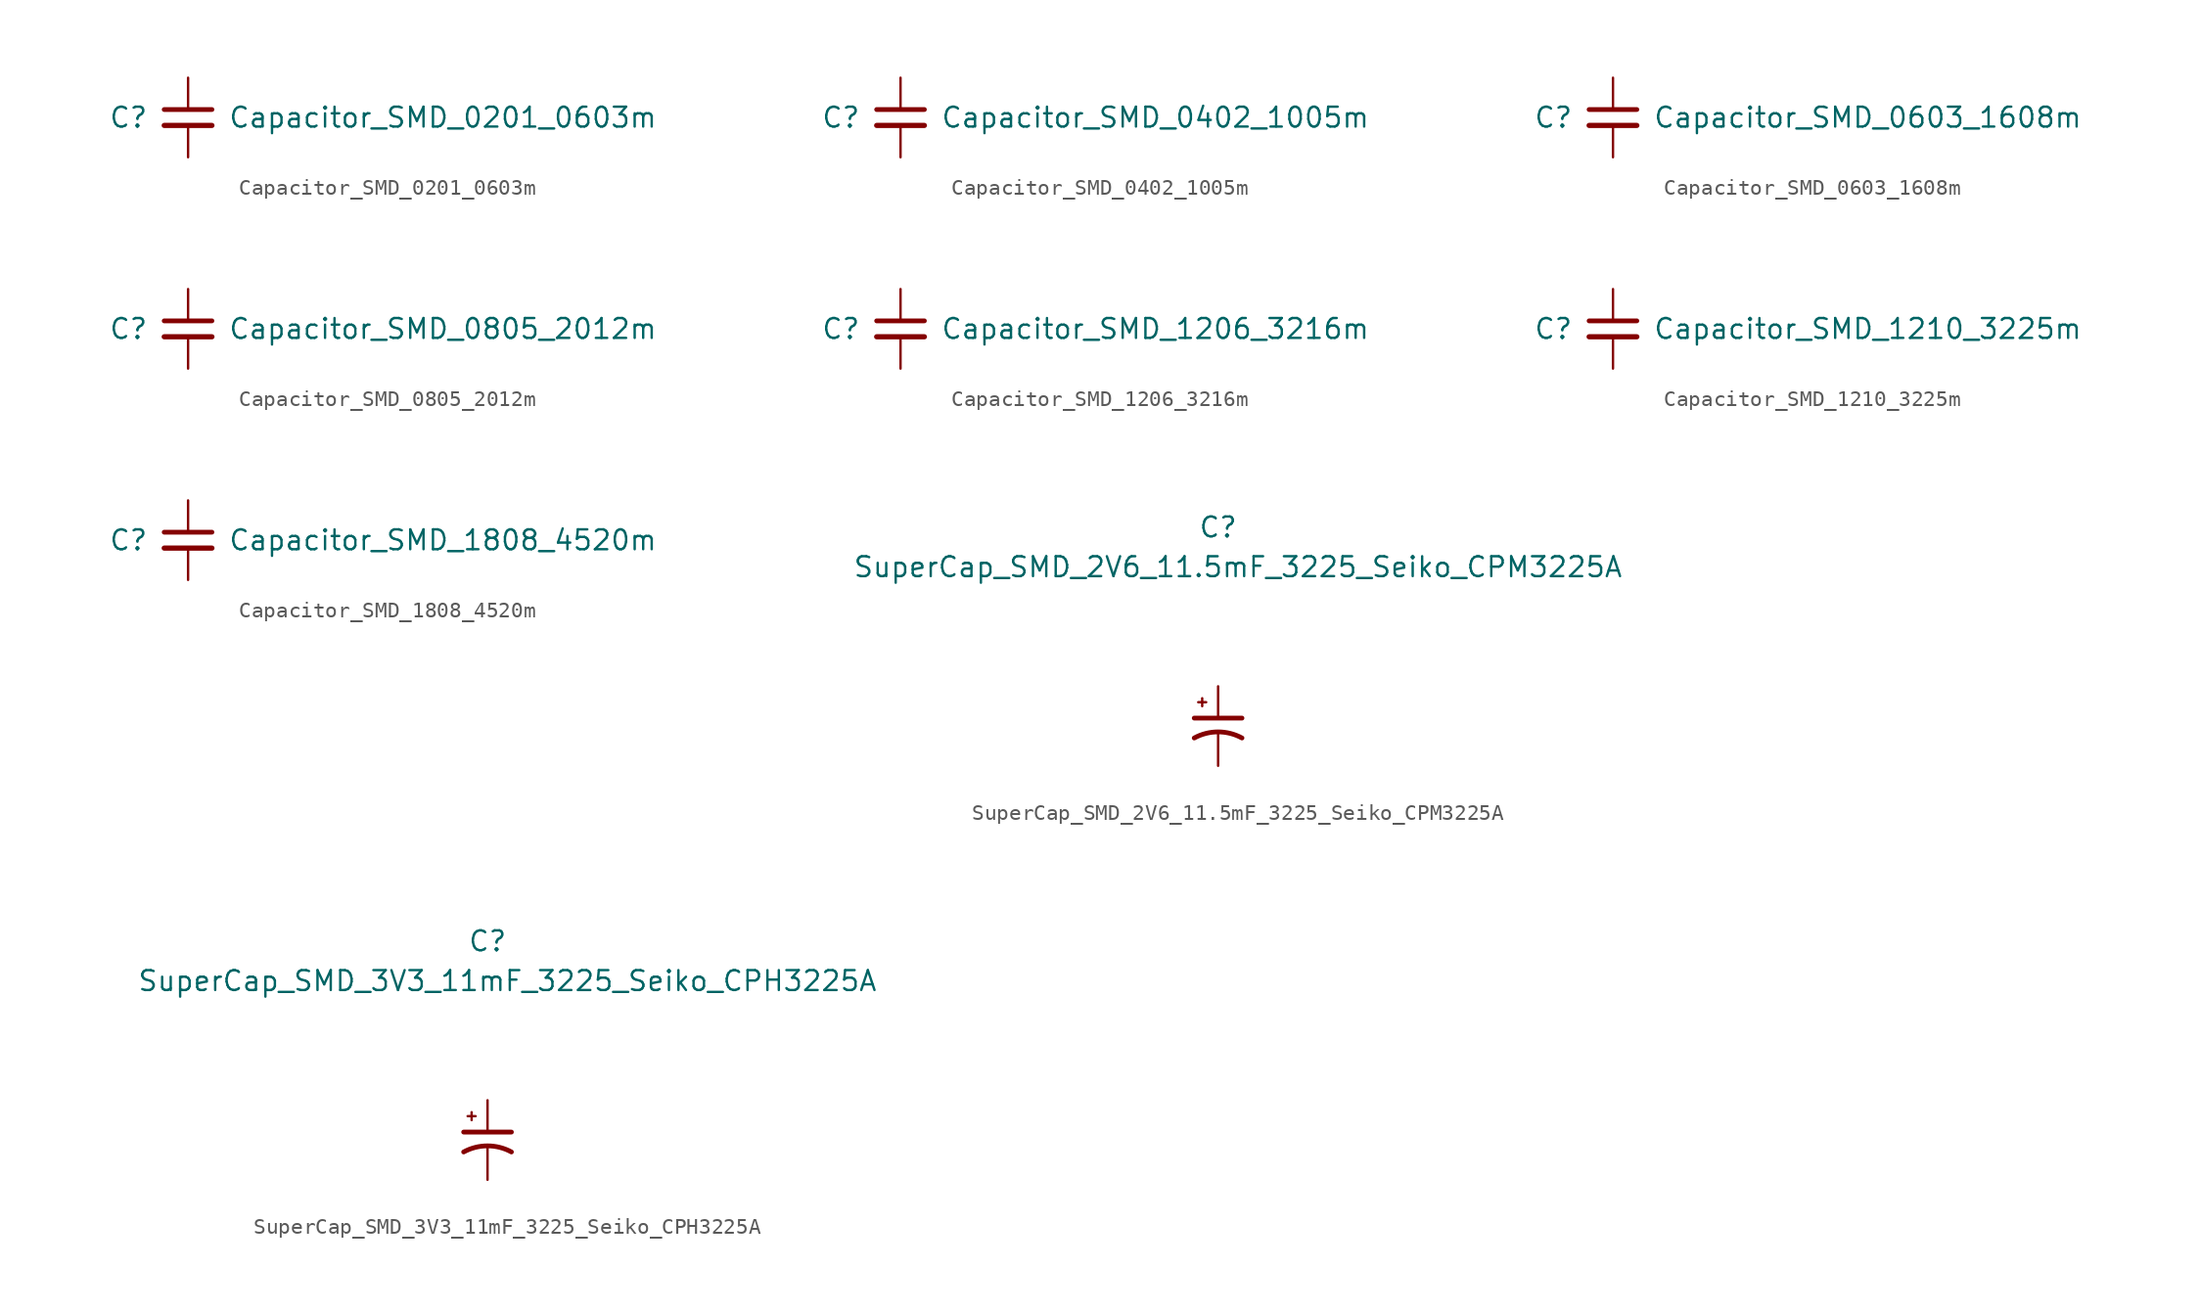
<source format=kicad_sym>
(kicad_symbol_lib
  (version 20241209)
  (generator "kicad_symbol_editor")
  (generator_version "9.0")
  (symbol "Capacitor_SMD_0201_0603m"
    (pin_numbers
      (hide yes))
    (pin_names
      (offset 1.27)
      (hide yes))
    (property "Reference" "C"
      (at -3.81 0 0)
      (effects (font (size 1.27 1.27))))
    (property "Value" "Capacitor_SMD_0201_0603m"
      (at 2.54 0 0)
      (effects (font (size 1.27 1.27)) (justify left)))
    (symbol "Capacitor_SMD_0201_0603m_1_1"
      (polyline (pts (xy -1.524 0.508) (xy 1.524 0.508)) (stroke (width 0.305) (type default)) (fill (type none)))
      (polyline (pts (xy -1.524 -0.508) (xy 1.524 -0.508)) (stroke (width 0.33) (type default)) (fill (type none)))
      (pin passive line (at 0 2.54 270) (length 2.032) (name "~" (effects (font (size 1.27 1.27)))) (number "1" (effects (font (size 1.27 1.27)))))
      (pin passive line (at 0 -2.54 90) (length 2.032) (name "~" (effects (font (size 1.27 1.27)))) (number "2" (effects (font (size 1.27 1.27)))))))
  (symbol "Capacitor_SMD_0402_1005m"
    (pin_numbers
      (hide yes))
    (pin_names
      (offset 1.27)
      (hide yes))
    (property "Reference" "C"
      (at -3.81 0 0)
      (effects (font (size 1.27 1.27))))
    (property "Value" "Capacitor_SMD_0402_1005m"
      (at 2.54 0 0)
      (effects (font (size 1.27 1.27)) (justify left)))
    (symbol "Capacitor_SMD_0402_1005m_1_1"
      (polyline (pts (xy -1.524 0.508) (xy 1.524 0.508)) (stroke (width 0.305) (type default)) (fill (type none)))
      (polyline (pts (xy -1.524 -0.508) (xy 1.524 -0.508)) (stroke (width 0.33) (type default)) (fill (type none)))
      (pin passive line (at 0 2.54 270) (length 2.032) (name "~" (effects (font (size 1.27 1.27)))) (number "1" (effects (font (size 1.27 1.27)))))
      (pin passive line (at 0 -2.54 90) (length 2.032) (name "~" (effects (font (size 1.27 1.27)))) (number "2" (effects (font (size 1.27 1.27)))))))
  (symbol "Capacitor_SMD_0603_1608m"
    (pin_numbers
      (hide yes))
    (pin_names
      (offset 1.27)
      (hide yes))
    (property "Reference" "C"
      (at -3.81 0 0)
      (effects (font (size 1.27 1.27))))
    (property "Value" "Capacitor_SMD_0603_1608m"
      (at 2.54 0 0)
      (effects (font (size 1.27 1.27)) (justify left)))
    (symbol "Capacitor_SMD_0603_1608m_1_1"
      (polyline (pts (xy -1.524 0.508) (xy 1.524 0.508)) (stroke (width 0.305) (type default)) (fill (type none)))
      (polyline (pts (xy -1.524 -0.508) (xy 1.524 -0.508)) (stroke (width 0.33) (type default)) (fill (type none)))
      (pin passive line (at 0 2.54 270) (length 2.032) (name "~" (effects (font (size 1.27 1.27)))) (number "1" (effects (font (size 1.27 1.27)))))
      (pin passive line (at 0 -2.54 90) (length 2.032) (name "~" (effects (font (size 1.27 1.27)))) (number "2" (effects (font (size 1.27 1.27)))))))
  (symbol "Capacitor_SMD_0805_2012m"
    (pin_numbers
      (hide yes))
    (pin_names
      (offset 1.27)
      (hide yes))
    (property "Reference" "C"
      (at -3.81 0 0)
      (effects (font (size 1.27 1.27))))
    (property "Value" "Capacitor_SMD_0805_2012m"
      (at 2.54 0 0)
      (effects (font (size 1.27 1.27)) (justify left)))
    (symbol "Capacitor_SMD_0805_2012m_1_1"
      (polyline (pts (xy -1.524 0.508) (xy 1.524 0.508)) (stroke (width 0.305) (type default)) (fill (type none)))
      (polyline (pts (xy -1.524 -0.508) (xy 1.524 -0.508)) (stroke (width 0.33) (type default)) (fill (type none)))
      (pin passive line (at 0 2.54 270) (length 2.032) (name "~" (effects (font (size 1.27 1.27)))) (number "1" (effects (font (size 1.27 1.27)))))
      (pin passive line (at 0 -2.54 90) (length 2.032) (name "~" (effects (font (size 1.27 1.27)))) (number "2" (effects (font (size 1.27 1.27)))))))
  (symbol "Capacitor_SMD_1206_3216m"
    (pin_numbers
      (hide yes))
    (pin_names
      (offset 1.27)
      (hide yes))
    (property "Reference" "C"
      (at -3.81 0 0)
      (effects (font (size 1.27 1.27))))
    (property "Value" "Capacitor_SMD_1206_3216m"
      (at 2.54 0 0)
      (effects (font (size 1.27 1.27)) (justify left)))
    (symbol "Capacitor_SMD_1206_3216m_1_1"
      (polyline (pts (xy -1.524 0.508) (xy 1.524 0.508)) (stroke (width 0.305) (type default)) (fill (type none)))
      (polyline (pts (xy -1.524 -0.508) (xy 1.524 -0.508)) (stroke (width 0.33) (type default)) (fill (type none)))
      (pin passive line (at 0 2.54 270) (length 2.032) (name "~" (effects (font (size 1.27 1.27)))) (number "1" (effects (font (size 1.27 1.27)))))
      (pin passive line (at 0 -2.54 90) (length 2.032) (name "~" (effects (font (size 1.27 1.27)))) (number "2" (effects (font (size 1.27 1.27)))))))
  (symbol "Capacitor_SMD_1210_3225m"
    (pin_numbers
      (hide yes))
    (pin_names
      (offset 1.27)
      (hide yes))
    (property "Reference" "C"
      (at -3.81 0 0)
      (effects (font (size 1.27 1.27))))
    (property "Value" "Capacitor_SMD_1210_3225m"
      (at 2.54 0 0)
      (effects (font (size 1.27 1.27)) (justify left)))
    (symbol "Capacitor_SMD_1210_3225m_1_1"
      (polyline (pts (xy -1.524 0.508) (xy 1.524 0.508)) (stroke (width 0.305) (type default)) (fill (type none)))
      (polyline (pts (xy -1.524 -0.508) (xy 1.524 -0.508)) (stroke (width 0.33) (type default)) (fill (type none)))
      (pin passive line (at 0 2.54 270) (length 2.032) (name "~" (effects (font (size 1.27 1.27)))) (number "1" (effects (font (size 1.27 1.27)))))
      (pin passive line (at 0 -2.54 90) (length 2.032) (name "~" (effects (font (size 1.27 1.27)))) (number "2" (effects (font (size 1.27 1.27)))))))
  (symbol "Capacitor_SMD_1808_4520m"
    (pin_numbers
      (hide yes))
    (pin_names
      (offset 1.27)
      (hide yes))
    (property "Reference" "C"
      (at -3.81 0 0)
      (effects (font (size 1.27 1.27))))
    (property "Value" "Capacitor_SMD_1808_4520m"
      (at 2.54 0 0)
      (effects (font (size 1.27 1.27)) (justify left)))
    (symbol "Capacitor_SMD_1808_4520m_1_1"
      (polyline (pts (xy -1.524 0.508) (xy 1.524 0.508)) (stroke (width 0.305) (type default)) (fill (type none)))
      (polyline (pts (xy -1.524 -0.508) (xy 1.524 -0.508)) (stroke (width 0.33) (type default)) (fill (type none)))
      (pin passive line (at 0 2.54 270) (length 2.032) (name "~" (effects (font (size 1.27 1.27)))) (number "1" (effects (font (size 1.27 1.27)))))
      (pin passive line (at 0 -2.54 90) (length 2.032) (name "~" (effects (font (size 1.27 1.27)))) (number "2" (effects (font (size 1.27 1.27)))))))
  (symbol "SuperCap_SMD_2V6_11.5mF_3225_Seiko_CPM3225A"
    (pin_numbers
      (hide yes))
    (pin_names
      (offset 1.27)
      (hide yes))
    (property "Reference" "C"
      (at 0 12.7 0)
      (effects (font (size 1.27 1.27))))
    (property "Value" "SuperCap_SMD_2V6_11.5mF_3225_Seiko_CPM3225A"
      (at 1.27 10.16 0)
      (effects (font (size 1.27 1.27))))
    (symbol "SuperCap_SMD_2V6_11.5mF_3225_Seiko_CPM3225A_1_1"
      (polyline (pts (xy -1.524 0.508) (xy 1.524 0.508)) (stroke (width 0.305) (type default)) (fill (type none)))
      (polyline (pts (xy -1.27 1.524) (xy -0.762 1.524)) (stroke (width 0) (type default)) (fill (type none)))
      (polyline (pts (xy -1.016 1.27) (xy -1.016 1.778)) (stroke (width 0) (type default)) (fill (type none)))
      (arc (start -1.524 -0.762) (mid 0 -0.3734) (end 1.524 -0.762) (stroke (width 0.3048) (type default)) (fill (type none)))
      (pin passive line (at 0 2.54 270) (length 2.032) (name "~" (effects (font (size 1.27 1.27)))) (number "1" (effects (font (size 1.27 1.27)))))
      (pin passive line (at 0 -2.54 90) (length 2.032) (name "~" (effects (font (size 1.27 1.27)))) (number "2" (effects (font (size 1.27 1.27)))))))
  (symbol "SuperCap_SMD_3V3_11mF_3225_Seiko_CPH3225A"
    (pin_numbers
      (hide yes))
    (pin_names
      (offset 1.27)
      (hide yes))
    (property "Reference" "C"
      (at 0 12.7 0)
      (effects (font (size 1.27 1.27))))
    (property "Value" "SuperCap_SMD_3V3_11mF_3225_Seiko_CPH3225A"
      (at 1.27 10.16 0)
      (effects (font (size 1.27 1.27))))
    (symbol "SuperCap_SMD_3V3_11mF_3225_Seiko_CPH3225A_1_1"
      (polyline (pts (xy -1.524 0.508) (xy 1.524 0.508)) (stroke (width 0.305) (type default)) (fill (type none)))
      (polyline (pts (xy -1.27 1.524) (xy -0.762 1.524)) (stroke (width 0) (type default)) (fill (type none)))
      (polyline (pts (xy -1.016 1.27) (xy -1.016 1.778)) (stroke (width 0) (type default)) (fill (type none)))
      (arc (start -1.524 -0.762) (mid 0 -0.3734) (end 1.524 -0.762) (stroke (width 0.3048) (type default)) (fill (type none)))
      (pin passive line (at 0 2.54 270) (length 2.032) (name "~" (effects (font (size 1.27 1.27)))) (number "1" (effects (font (size 1.27 1.27)))))
      (pin passive line (at 0 -2.54 90) (length 2.032) (name "~" (effects (font (size 1.27 1.27)))) (number "2" (effects (font (size 1.27 1.27))))))))
</source>
